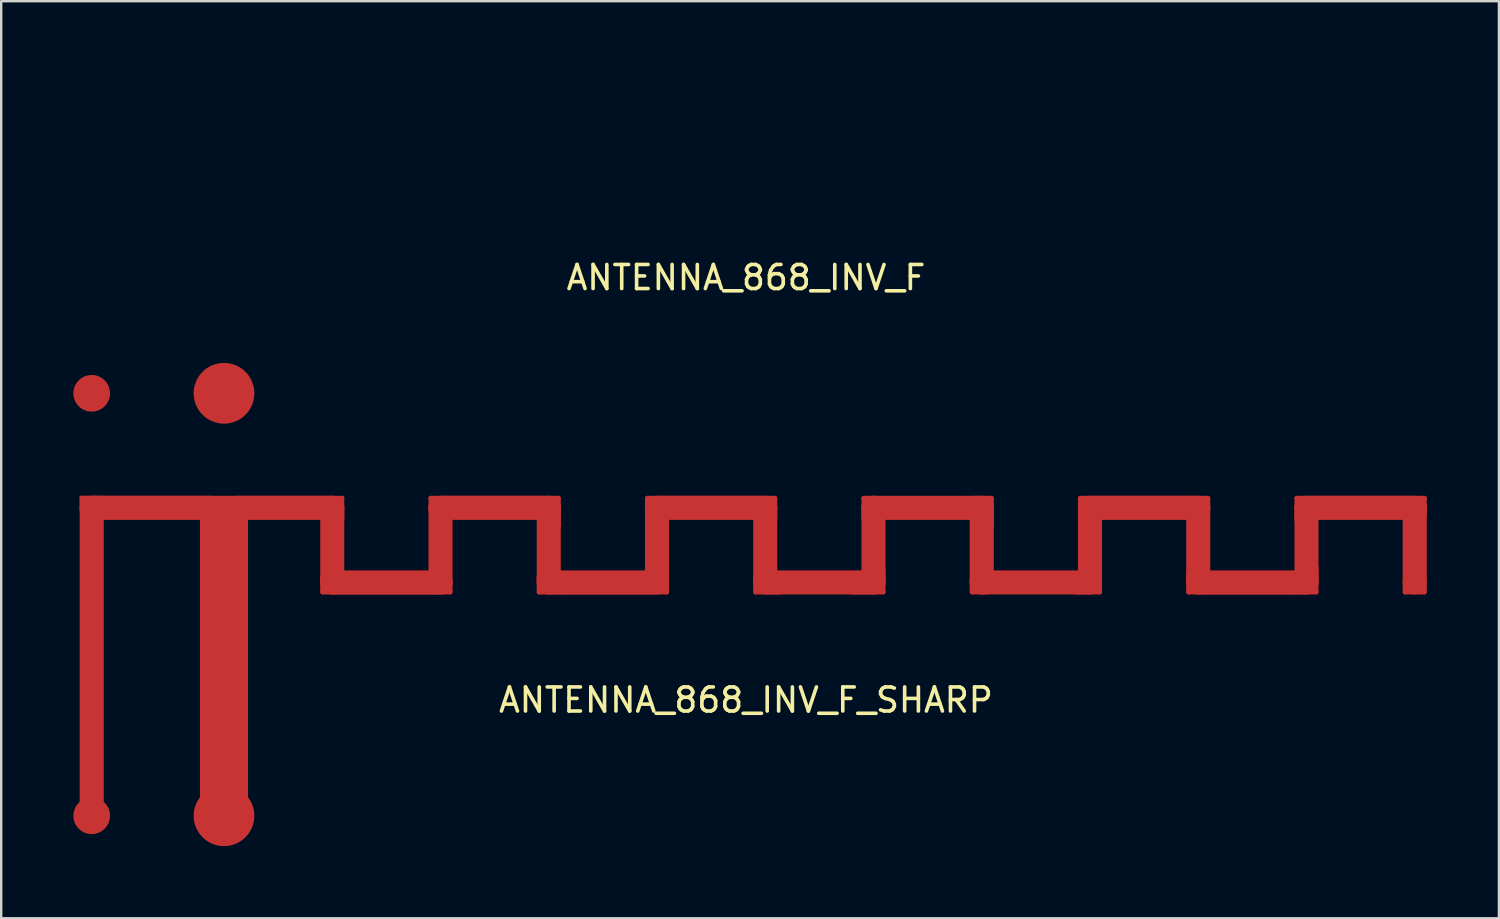
<source format=kicad_pcb>
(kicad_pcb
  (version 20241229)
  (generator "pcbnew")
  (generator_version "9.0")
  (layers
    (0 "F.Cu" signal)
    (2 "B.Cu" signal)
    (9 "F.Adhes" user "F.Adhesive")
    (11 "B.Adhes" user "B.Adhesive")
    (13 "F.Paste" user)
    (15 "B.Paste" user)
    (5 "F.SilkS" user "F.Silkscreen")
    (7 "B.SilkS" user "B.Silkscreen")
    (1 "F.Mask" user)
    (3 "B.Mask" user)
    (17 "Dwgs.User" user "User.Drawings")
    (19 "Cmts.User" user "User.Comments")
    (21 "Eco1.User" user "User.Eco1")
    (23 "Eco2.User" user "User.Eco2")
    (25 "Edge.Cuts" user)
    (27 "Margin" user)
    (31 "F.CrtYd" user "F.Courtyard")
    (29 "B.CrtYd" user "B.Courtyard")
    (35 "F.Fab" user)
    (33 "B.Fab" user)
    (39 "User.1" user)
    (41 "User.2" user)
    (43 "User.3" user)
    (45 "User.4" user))
  (footprint "ANTENNA_868_INV_F"
    (layer "F.Cu")
    (at 0.762 12.5)
    (property "Reference" "ANTENNA_868_INV_F" (at 27.2 -4.01 0) (layer "F.SilkS") (effects (font (size 1 1) (thickness 0.15))))
    (attr through_hole)
    (fp_line (start -0.4 -12.4) (end -0.4 -11.9) (stroke (width 0.2) (type solid)) (layer "F.Mask"))
    (fp_line (start 0 -12) (end 5 -12) (stroke (width 1) (type solid)) (layer "F.Mask"))
    (fp_line (start 0 0.8) (end 0 -12) (stroke (width 1) (type solid)) (layer "F.Mask"))
    (fp_line (start 0.1 -12.4) (end -0.4 -12.4) (stroke (width 0.2) (type solid)) (layer "F.Mask"))
    (fp_line (start 2.6 -12) (end 8.2 -12) (stroke (width 1) (type solid)) (layer "F.Mask"))
    (fp_line (start 5.5 0.8) (end 5.5 -11.5) (stroke (width 2) (type solid)) (layer "F.Mask"))
    (fp_line (start 6 -12) (end 10 -12) (stroke (width 1) (type solid)) (layer "F.Mask"))
    (fp_line (start 9.6 -9.1) (end 10.4 -11.5) (stroke (width 0.2) (type solid)) (layer "F.Mask"))
    (fp_line (start 9.6 -8.5) (end 9.6 -9.1) (stroke (width 0.2) (type solid)) (layer "F.Mask"))
    (fp_line (start 9.7 -12.4) (end 0.1 -12.4) (stroke (width 0.2) (type solid)) (layer "F.Mask"))
    (fp_line (start 10 -12) (end 10 -8.9) (stroke (width 1) (type solid)) (layer "F.Mask"))
    (fp_line (start 10 -8.9) (end 14.5 -8.9) (stroke (width 1) (type solid)) (layer "F.Mask"))
    (fp_line (start 10.1 -8.5) (end 9.6 -8.5) (stroke (width 0.2) (type solid)) (layer "F.Mask"))
    (fp_line (start 10.4 -12.4) (end 9.7 -12.4) (stroke (width 0.2) (type solid)) (layer "F.Mask"))
    (fp_line (start 10.4 -11.5) (end 10.4 -12.4) (stroke (width 0.2) (type solid)) (layer "F.Mask"))
    (fp_line (start 14.1 -12.4) (end 14.1 -11.9) (stroke (width 0.2) (type solid)) (layer "F.Mask"))
    (fp_line (start 14.1 -11.9) (end 14.9 -9) (stroke (width 0.2) (type solid)) (layer "F.Mask"))
    (fp_line (start 14.3 -8.5) (end 10.1 -8.5) (stroke (width 0.2) (type solid)) (layer "F.Mask"))
    (fp_line (start 14.5 -12) (end 19 -12) (stroke (width 1) (type solid)) (layer "F.Mask"))
    (fp_line (start 14.5 -8.9) (end 14.5 -12) (stroke (width 1) (type solid)) (layer "F.Mask"))
    (fp_line (start 14.6 -12.4) (end 14.1 -12.4) (stroke (width 0.2) (type solid)) (layer "F.Mask"))
    (fp_line (start 14.9 -9) (end 14.9 -8.5) (stroke (width 0.2) (type solid)) (layer "F.Mask"))
    (fp_line (start 14.9 -8.5) (end 14.3 -8.5) (stroke (width 0.2) (type solid)) (layer "F.Mask"))
    (fp_line (start 18.4 -12.4) (end 14.6 -12.4) (stroke (width 0.2) (type solid)) (layer "F.Mask"))
    (fp_line (start 18.6 -9.1) (end 19.4 -11.3) (stroke (width 0.2) (type solid)) (layer "F.Mask"))
    (fp_line (start 18.6 -8.5) (end 18.6 -9.1) (stroke (width 0.2) (type solid)) (layer "F.Mask"))
    (fp_line (start 19 -12) (end 19 -8.9) (stroke (width 1) (type solid)) (layer "F.Mask"))
    (fp_line (start 19 -8.9) (end 23.5 -8.9) (stroke (width 1) (type solid)) (layer "F.Mask"))
    (fp_line (start 19.4 -12.4) (end 18.4 -12.4) (stroke (width 0.2) (type solid)) (layer "F.Mask"))
    (fp_line (start 19.4 -11.3) (end 19.4 -12.4) (stroke (width 0.2) (type solid)) (layer "F.Mask"))
    (fp_line (start 19.6 -8.5) (end 18.6 -8.5) (stroke (width 0.2) (type solid)) (layer "F.Mask"))
    (fp_line (start 23 -8.5) (end 19.6 -8.5) (stroke (width 0.2) (type solid)) (layer "F.Mask"))
    (fp_line (start 23.1 -12.4) (end 23.1 -11.9) (stroke (width 0.2) (type solid)) (layer "F.Mask"))
    (fp_line (start 23.1 -11.9) (end 23.9 -9) (stroke (width 0.2) (type solid)) (layer "F.Mask"))
    (fp_line (start 23.5 -12) (end 28 -12) (stroke (width 1) (type solid)) (layer "F.Mask"))
    (fp_line (start 23.5 -9) (end 23.5 -12) (stroke (width 1) (type solid)) (layer "F.Mask"))
    (fp_line (start 23.8 -12.4) (end 23.1 -12.4) (stroke (width 0.2) (type solid)) (layer "F.Mask"))
    (fp_line (start 23.9 -9) (end 23.9 -8.5) (stroke (width 0.2) (type solid)) (layer "F.Mask"))
    (fp_line (start 23.9 -8.5) (end 23 -8.5) (stroke (width 0.2) (type solid)) (layer "F.Mask"))
    (fp_line (start 27.6 -12.4) (end 23.8 -12.4) (stroke (width 0.2) (type solid)) (layer "F.Mask"))
    (fp_line (start 27.6 -9.1) (end 28.4 -11.5) (stroke (width 0.2) (type solid)) (layer "F.Mask"))
    (fp_line (start 27.6 -8.5) (end 27.6 -9.1) (stroke (width 0.2) (type solid)) (layer "F.Mask"))
    (fp_line (start 28 -12) (end 28 -9) (stroke (width 1) (type solid)) (layer "F.Mask"))
    (fp_line (start 28 -8.9) (end 32.5 -8.9) (stroke (width 1) (type solid)) (layer "F.Mask"))
    (fp_line (start 28.4 -12.4) (end 27.6 -12.4) (stroke (width 0.2) (type solid)) (layer "F.Mask"))
    (fp_line (start 28.4 -11.5) (end 28.4 -12.4) (stroke (width 0.2) (type solid)) (layer "F.Mask"))
    (fp_line (start 28.6 -8.5) (end 27.6 -8.5) (stroke (width 0.2) (type solid)) (layer "F.Mask"))
    (fp_line (start 31.6 -8.5) (end 28.6 -8.5) (stroke (width 0.2) (type solid)) (layer "F.Mask"))
    (fp_line (start 32.1 -12.4) (end 32.1 -11.5) (stroke (width 0.2) (type solid)) (layer "F.Mask"))
    (fp_line (start 32.1 -11.5) (end 32.9 -9.4) (stroke (width 0.2) (type solid)) (layer "F.Mask"))
    (fp_line (start 32.5 -12) (end 37 -12) (stroke (width 1) (type solid)) (layer "F.Mask"))
    (fp_line (start 32.5 -8.9) (end 32.5 -12) (stroke (width 1) (type solid)) (layer "F.Mask"))
    (fp_line (start 32.6 -12.4) (end 32.1 -12.4) (stroke (width 0.2) (type solid)) (layer "F.Mask"))
    (fp_line (start 32.9 -9.4) (end 32.9 -8.5) (stroke (width 0.2) (type solid)) (layer "F.Mask"))
    (fp_line (start 32.9 -8.5) (end 31.6 -8.5) (stroke (width 0.2) (type solid)) (layer "F.Mask"))
    (fp_line (start 36.6 -9) (end 37.4 -11.3) (stroke (width 0.2) (type solid)) (layer "F.Mask"))
    (fp_line (start 36.6 -8.5) (end 36.6 -9) (stroke (width 0.2) (type solid)) (layer "F.Mask"))
    (fp_line (start 36.7 -12.4) (end 32.6 -12.4) (stroke (width 0.2) (type solid)) (layer "F.Mask"))
    (fp_line (start 37 -12) (end 37 -8.9) (stroke (width 1) (type solid)) (layer "F.Mask"))
    (fp_line (start 37 -8.9) (end 41.5 -8.9) (stroke (width 1) (type solid)) (layer "F.Mask"))
    (fp_line (start 37.2 -8.5) (end 36.6 -8.5) (stroke (width 0.2) (type solid)) (layer "F.Mask"))
    (fp_line (start 37.4 -12.4) (end 36.7 -12.4) (stroke (width 0.2) (type solid)) (layer "F.Mask"))
    (fp_line (start 37.4 -11.3) (end 37.4 -12.4) (stroke (width 0.2) (type solid)) (layer "F.Mask"))
    (fp_line (start 40.9 -8.5) (end 37.2 -8.5) (stroke (width 0.2) (type solid)) (layer "F.Mask"))
    (fp_line (start 41.1 -12.4) (end 41.1 -11.6) (stroke (width 0.2) (type solid)) (layer "F.Mask"))
    (fp_line (start 41.1 -11.6) (end 41.9 -10) (stroke (width 0.2) (type solid)) (layer "F.Mask"))
    (fp_line (start 41.5 -12) (end 46 -12) (stroke (width 1) (type solid)) (layer "F.Mask"))
    (fp_line (start 41.5 -8.9) (end 41.5 -12) (stroke (width 1) (type solid)) (layer "F.Mask"))
    (fp_line (start 41.9 -10) (end 41.9 -8.5) (stroke (width 0.2) (type solid)) (layer "F.Mask"))
    (fp_line (start 41.9 -8.5) (end 40.9 -8.5) (stroke (width 0.2) (type solid)) (layer "F.Mask"))
    (fp_line (start 45.6 -9.3) (end 46.4 -11.8) (stroke (width 0.2) (type solid)) (layer "F.Mask"))
    (fp_line (start 45.6 -8.5) (end 45.6 -9.3) (stroke (width 0.2) (type solid)) (layer "F.Mask"))
    (fp_line (start 45.7 -12.4) (end 41.1 -12.4) (stroke (width 0.2) (type solid)) (layer "F.Mask"))
    (fp_line (start 46 -12) (end 46 -8.9) (stroke (width 1) (type solid)) (layer "F.Mask"))
    (fp_line (start 46 -8.9) (end 50.5 -8.9) (stroke (width 1) (type solid)) (layer "F.Mask"))
    (fp_line (start 46.3 -8.5) (end 45.6 -8.5) (stroke (width 0.2) (type solid)) (layer "F.Mask"))
    (fp_line (start 46.4 -12.4) (end 45.7 -12.4) (stroke (width 0.2) (type solid)) (layer "F.Mask"))
    (fp_line (start 46.4 -11.8) (end 46.4 -12.4) (stroke (width 0.2) (type solid)) (layer "F.Mask"))
    (fp_line (start 50 -8.5) (end 46.3 -8.5) (stroke (width 0.2) (type solid)) (layer "F.Mask"))
    (fp_line (start 50.1 -12.4) (end 50.1 -11.5) (stroke (width 0.2) (type solid)) (layer "F.Mask"))
    (fp_line (start 50.1 -11.5) (end 50.9 -9.5) (stroke (width 0.2) (type solid)) (layer "F.Mask"))
    (fp_line (start 50.5 -12) (end 55 -12) (stroke (width 1) (type solid)) (layer "F.Mask"))
    (fp_line (start 50.5 -8.9) (end 50.5 -12) (stroke (width 1) (type solid)) (layer "F.Mask"))
    (fp_line (start 50.9 -9.5) (end 50.9 -8.5) (stroke (width 0.2) (type solid)) (layer "F.Mask"))
    (fp_line (start 50.9 -8.5) (end 50 -8.5) (stroke (width 0.2) (type solid)) (layer "F.Mask"))
    (fp_line (start 54.6 -9) (end 55.4 -11.7) (stroke (width 0.2) (type solid)) (layer "F.Mask"))
    (fp_line (start 54.6 -8.5) (end 54.6 -9) (stroke (width 0.2) (type solid)) (layer "F.Mask"))
    (fp_line (start 55 -12) (end 55 -8.9) (stroke (width 1) (type solid)) (layer "F.Mask"))
    (fp_line (start 55.4 -12.4) (end 50.1 -12.4) (stroke (width 0.2) (type solid)) (layer "F.Mask"))
    (fp_line (start 55.4 -11.7) (end 55.4 -12.4) (stroke (width 0.2) (type solid)) (layer "F.Mask"))
    (fp_line (start 55.4 -9) (end 55.4 -8.5) (stroke (width 0.2) (type solid)) (layer "F.Mask"))
    (fp_line (start 55.4 -8.5) (end 54.6 -8.5) (stroke (width 0.2) (type solid)) (layer "F.Mask"))
    (pad "GND" smd circle (at 0 0.8) (size 1.524 1.524) (layers "F.Cu" "F.Mask" "F.Paste"))
    (pad "~" smd circle (at 5.5 0.8) (size 2.524 2.524) (layers "F.Cu" "F.Mask" "F.Paste")))
  (footprint "ANTENNA_868_INV_F_SHARP"
    (layer "F.Cu")
    (at 0.762 30.062)
    (property "Reference" "ANTENNA_868_INV_F_SHARP" (at 27.2 -4.01 0) (layer "F.SilkS") (effects (font (size 1 1) (thickness 0.15))))
    (attr through_hole)
    (fp_line (start -0.4 -12.4) (end -0.4 -11.9) (stroke (width 0.2) (type solid)) (layer "F.Cu"))
    (fp_line (start 0 -12) (end 5 -12) (stroke (width 1) (type solid)) (layer "F.Cu"))
    (fp_line (start 0.1 -12.4) (end -0.4 -12.4) (stroke (width 0.2) (type solid)) (layer "F.Cu"))
    (fp_line (start 5.5 0.8) (end 5.5 -11.5) (stroke (width 2) (type solid)) (layer "F.Cu"))
    (fp_line (start 6 -12) (end 10 -12) (stroke (width 1) (type solid)) (layer "F.Cu"))
    (fp_line (start 9.6 -8.5) (end 9.6 -9.1) (stroke (width 0.2) (type solid)) (layer "F.Cu"))
    (fp_line (start 9.7 -12.4) (end 0.1 -12.4) (stroke (width 0.2) (type solid)) (layer "F.Cu"))
    (fp_line (start 10 -12) (end 10 -8.9) (stroke (width 1) (type solid)) (layer "F.Cu"))
    (fp_line (start 10 -8.9) (end 14.5 -8.9) (stroke (width 1) (type solid)) (layer "F.Cu"))
    (fp_line (start 10.1 -8.5) (end 9.6 -8.5) (stroke (width 0.2) (type solid)) (layer "F.Cu"))
    (fp_line (start 10.4 -12.4) (end 9.7 -12.4) (stroke (width 0.2) (type solid)) (layer "F.Cu"))
    (fp_line (start 10.4 -11.5) (end 10.4 -12.4) (stroke (width 0.2) (type solid)) (layer "F.Cu"))
    (fp_line (start 14.1 -12.4) (end 14.1 -11.9) (stroke (width 0.2) (type solid)) (layer "F.Cu"))
    (fp_line (start 14.3 -8.5) (end 10.1 -8.5) (stroke (width 0.2) (type solid)) (layer "F.Cu"))
    (fp_line (start 14.5 -12) (end 19 -12) (stroke (width 1) (type solid)) (layer "F.Cu"))
    (fp_line (start 14.5 -8.9) (end 14.5 -12) (stroke (width 1) (type solid)) (layer "F.Cu"))
    (fp_line (start 14.6 -12.4) (end 14.1 -12.4) (stroke (width 0.2) (type solid)) (layer "F.Cu"))
    (fp_line (start 14.9 -9) (end 14.9 -8.5) (stroke (width 0.2) (type solid)) (layer "F.Cu"))
    (fp_line (start 14.9 -8.5) (end 14.3 -8.5) (stroke (width 0.2) (type solid)) (layer "F.Cu"))
    (fp_line (start 18.4 -12.4) (end 14.6 -12.4) (stroke (width 0.2) (type solid)) (layer "F.Cu"))
    (fp_line (start 18.6 -9.1) (end 19.4 -11.3) (stroke (width 0.2) (type solid)) (layer "F.Cu"))
    (fp_line (start 18.6 -8.5) (end 18.6 -9.1) (stroke (width 0.2) (type solid)) (layer "F.Cu"))
    (fp_line (start 19 -12) (end 19 -8.9) (stroke (width 1) (type solid)) (layer "F.Cu"))
    (fp_line (start 19 -8.9) (end 23.5 -8.9) (stroke (width 1) (type solid)) (layer "F.Cu"))
    (fp_line (start 19.4 -12.4) (end 18.4 -12.4) (stroke (width 0.2) (type solid)) (layer "F.Cu"))
    (fp_line (start 19.4 -11.3) (end 19.4 -12.4) (stroke (width 0.2) (type solid)) (layer "F.Cu"))
    (fp_line (start 19.6 -8.5) (end 18.6 -8.5) (stroke (width 0.2) (type solid)) (layer "F.Cu"))
    (fp_line (start 23 -8.5) (end 19.6 -8.5) (stroke (width 0.2) (type solid)) (layer "F.Cu"))
    (fp_line (start 23.1 -12.4) (end 23.1 -11.9) (stroke (width 0.2) (type solid)) (layer "F.Cu"))
    (fp_line (start 23.1 -11.9) (end 23.9 -9) (stroke (width 0.2) (type solid)) (layer "F.Cu"))
    (fp_line (start 23.5 -12) (end 28 -12) (stroke (width 1) (type solid)) (layer "F.Cu"))
    (fp_line (start 23.5 -9) (end 23.5 -12) (stroke (width 1) (type solid)) (layer "F.Cu"))
    (fp_line (start 23.8 -12.4) (end 23.1 -12.4) (stroke (width 0.2) (type solid)) (layer "F.Cu"))
    (fp_line (start 23.9 -9) (end 23.9 -8.5) (stroke (width 0.2) (type solid)) (layer "F.Cu"))
    (fp_line (start 23.9 -8.5) (end 23 -8.5) (stroke (width 0.2) (type solid)) (layer "F.Cu"))
    (fp_line (start 27.6 -12.4) (end 23.8 -12.4) (stroke (width 0.2) (type solid)) (layer "F.Cu"))
    (fp_line (start 27.6 -8.5) (end 27.6 -9.1) (stroke (width 0.2) (type solid)) (layer "F.Cu"))
    (fp_line (start 28 -12) (end 28 -9) (stroke (width 1) (type solid)) (layer "F.Cu"))
    (fp_line (start 28 -8.9) (end 32.5 -8.9) (stroke (width 1) (type solid)) (layer "F.Cu"))
    (fp_line (start 28.4 -12.4) (end 27.6 -12.4) (stroke (width 0.2) (type solid)) (layer "F.Cu"))
    (fp_line (start 28.4 -11.5) (end 28.4 -12.4) (stroke (width 0.2) (type solid)) (layer "F.Cu"))
    (fp_line (start 28.6 -8.5) (end 27.6 -8.5) (stroke (width 0.2) (type solid)) (layer "F.Cu"))
    (fp_line (start 32.1 -12.4) (end 32.1 -11.5) (stroke (width 0.2) (type solid)) (layer "F.Cu"))
    (fp_line (start 32.5 -12) (end 37 -12) (stroke (width 1) (type solid)) (layer "F.Cu"))
    (fp_line (start 32.5 -8.9) (end 32.5 -12) (stroke (width 1) (type solid)) (layer "F.Cu"))
    (fp_line (start 32.6 -12.4) (end 32.1 -12.4) (stroke (width 0.2) (type solid)) (layer "F.Cu"))
    (fp_line (start 32.9 -9.4) (end 32.9 -8.5) (stroke (width 0.2) (type solid)) (layer "F.Cu"))
    (fp_line (start 32.9 -8.5) (end 31.6 -8.5) (stroke (width 0.2) (type solid)) (layer "F.Cu"))
    (fp_line (start 36.6 -9) (end 37.4 -11.3) (stroke (width 0.2) (type solid)) (layer "F.Cu"))
    (fp_line (start 36.6 -8.5) (end 36.6 -9) (stroke (width 0.2) (type solid)) (layer "F.Cu"))
    (fp_line (start 37 -12) (end 37 -8.9) (stroke (width 1) (type solid)) (layer "F.Cu"))
    (fp_line (start 37 -8.9) (end 41.5 -8.9) (stroke (width 1) (type solid)) (layer "F.Cu"))
    (fp_line (start 37.2 -8.5) (end 36.6 -8.5) (stroke (width 0.2) (type solid)) (layer "F.Cu"))
    (fp_line (start 37.4 -12.4) (end 36.7 -12.4) (stroke (width 0.2) (type solid)) (layer "F.Cu"))
    (fp_line (start 37.4 -11.3) (end 37.4 -12.4) (stroke (width 0.2) (type solid)) (layer "F.Cu"))
    (fp_line (start 41.1 -12.4) (end 41.1 -11.6) (stroke (width 0.2) (type solid)) (layer "F.Cu"))
    (fp_line (start 41.5 -12) (end 46 -12) (stroke (width 1) (type solid)) (layer "F.Cu"))
    (fp_line (start 41.5 -8.9) (end 41.5 -12) (stroke (width 1) (type solid)) (layer "F.Cu"))
    (fp_line (start 41.9 -10) (end 41.9 -8.5) (stroke (width 0.2) (type solid)) (layer "F.Cu"))
    (fp_line (start 41.9 -8.5) (end 40.9 -8.5) (stroke (width 0.2) (type solid)) (layer "F.Cu"))
    (fp_line (start 45.6 -8.5) (end 45.6 -9.3) (stroke (width 0.2) (type solid)) (layer "F.Cu"))
    (fp_line (start 45.7 -12.4) (end 41.1 -12.4) (stroke (width 0.2) (type solid)) (layer "F.Cu"))
    (fp_line (start 46 -12) (end 46 -8.9) (stroke (width 1) (type solid)) (layer "F.Cu"))
    (fp_line (start 46 -8.9) (end 50.5 -8.9) (stroke (width 1) (type solid)) (layer "F.Cu"))
    (fp_line (start 46.3 -8.5) (end 45.6 -8.5) (stroke (width 0.2) (type solid)) (layer "F.Cu"))
    (fp_line (start 46.4 -12.4) (end 45.7 -12.4) (stroke (width 0.2) (type solid)) (layer "F.Cu"))
    (fp_line (start 46.4 -11.8) (end 46.4 -12.4) (stroke (width 0.2) (type solid)) (layer "F.Cu"))
    (fp_line (start 50 -8.5) (end 46.3 -8.5) (stroke (width 0.2) (type solid)) (layer "F.Cu"))
    (fp_line (start 50.1 -12.4) (end 50.1 -11.5) (stroke (width 0.2) (type solid)) (layer "F.Cu"))
    (fp_line (start 50.1 -11.5) (end 50.9 -9.5) (stroke (width 0.2) (type solid)) (layer "F.Cu"))
    (fp_line (start 50.5 -12) (end 55 -12) (stroke (width 1) (type solid)) (layer "F.Cu"))
    (fp_line (start 50.5 -8.9) (end 50.5 -12) (stroke (width 1) (type solid)) (layer "F.Cu"))
    (fp_line (start 50.9 -9.5) (end 50.9 -8.5) (stroke (width 0.2) (type solid)) (layer "F.Cu"))
    (fp_line (start 50.9 -8.5) (end 50 -8.5) (stroke (width 0.2) (type solid)) (layer "F.Cu"))
    (fp_line (start 54.6 -8.5) (end 54.6 -9) (stroke (width 0.2) (type solid)) (layer "F.Cu"))
    (fp_line (start 55 -12) (end 55 -8.9) (stroke (width 1) (type solid)) (layer "F.Cu"))
    (fp_line (start 55.4 -12.4) (end 50.1 -12.4) (stroke (width 0.2) (type solid)) (layer "F.Cu"))
    (fp_line (start 55.4 -11.7) (end 55.4 -12.4) (stroke (width 0.2) (type solid)) (layer "F.Cu"))
    (fp_line (start 55.4 -9) (end 55.4 -8.5) (stroke (width 0.2) (type solid)) (layer "F.Cu"))
    (fp_line (start 55.4 -8.5) (end 54.6 -8.5) (stroke (width 0.2) (type solid)) (layer "F.Cu"))
    (pad "GND" smd rect (at 0 -6) (size 1 13) (layers "F.Cu"))
    (pad "GND" smd circle (at 0 0.8) (size 1.524 1.524) (layers "F.Cu"))
    (pad "~" smd circle (at 5.5 0.8) (size 2.524 2.524) (layers "F.Cu")))
  (gr_rect
    (start -3 -3)
    (end 59.262 35.124)
    (stroke (width 0.1) (type default))
    (fill no)
    (layer "Edge.Cuts")))
</source>
